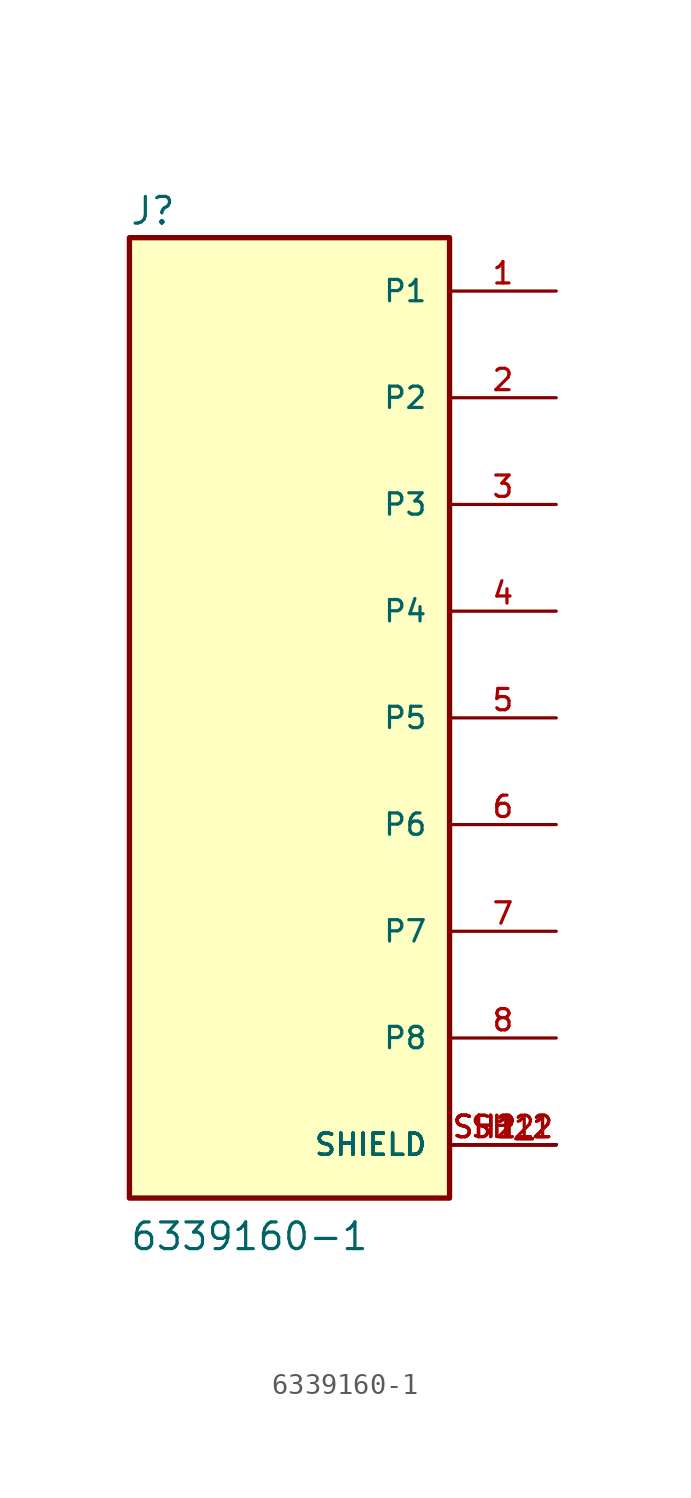
<source format=kicad_sym>
(kicad_symbol_lib
  (version 20211014)
  (generator kicad_symbol_editor)
  (symbol "6339160-1"
    (pin_names
      (offset 1.016))
    (property "Reference" "J"
      (at -7.628 23.392 0)
      (effects (font (size 1.27 1.27)) (justify bottom left)))
    (property "Value" "6339160-1"
      (at -7.629 -25.429 0)
      (effects (font (size 1.27 1.27)) (justify bottom left)))
    (symbol "6339160-1_0_0"
      (rectangle (start -7.62 -22.86) (end 7.62 22.86) (stroke (width 0.254)) (fill (type background)))
      (pin passive line (at 12.7 20.32 180.0) (length 5.08) (name "P1" (effects (font (size 1.016 1.016)))) (number "1" (effects (font (size 1.016 1.016)))))
      (pin passive line (at 12.7 15.24 180.0) (length 5.08) (name "P2" (effects (font (size 1.016 1.016)))) (number "2" (effects (font (size 1.016 1.016)))))
      (pin passive line (at 12.7 10.16 180.0) (length 5.08) (name "P3" (effects (font (size 1.016 1.016)))) (number "3" (effects (font (size 1.016 1.016)))))
      (pin passive line (at 12.7 5.08 180.0) (length 5.08) (name "P4" (effects (font (size 1.016 1.016)))) (number "4" (effects (font (size 1.016 1.016)))))
      (pin passive line (at 12.7 0.0 180.0) (length 5.08) (name "P5" (effects (font (size 1.016 1.016)))) (number "5" (effects (font (size 1.016 1.016)))))
      (pin passive line (at 12.7 -5.08 180.0) (length 5.08) (name "P6" (effects (font (size 1.016 1.016)))) (number "6" (effects (font (size 1.016 1.016)))))
      (pin passive line (at 12.7 -10.16 180.0) (length 5.08) (name "P7" (effects (font (size 1.016 1.016)))) (number "7" (effects (font (size 1.016 1.016)))))
      (pin passive line (at 12.7 -15.24 180.0) (length 5.08) (name "P8" (effects (font (size 1.016 1.016)))) (number "8" (effects (font (size 1.016 1.016)))))
      (pin passive line (at 12.7 -20.32 180.0) (length 5.08) (name "SHIELD" (effects (font (size 1.016 1.016)))) (number "SH1" (effects (font (size 1.016 1.016)))))
      (pin passive line (at 12.7 -20.32 180.0) (length 5.08) (name "SHIELD" (effects (font (size 1.016 1.016)))) (number "SH1_1" (effects (font (size 1.016 1.016)))))
      (pin passive line (at 12.7 -20.32 180.0) (length 5.08) (name "SHIELD" (effects (font (size 1.016 1.016)))) (number "SH1_2" (effects (font (size 1.016 1.016)))))
      (pin passive line (at 12.7 -20.32 180.0) (length 5.08) (name "SHIELD" (effects (font (size 1.016 1.016)))) (number "SH2" (effects (font (size 1.016 1.016)))))
      (pin passive line (at 12.7 -20.32 180.0) (length 5.08) (name "SHIELD" (effects (font (size 1.016 1.016)))) (number "SH2_1" (effects (font (size 1.016 1.016)))))
      (pin passive line (at 12.7 -20.32 180.0) (length 5.08) (name "SHIELD" (effects (font (size 1.016 1.016)))) (number "SH2_2" (effects (font (size 1.016 1.016))))))))
</source>
